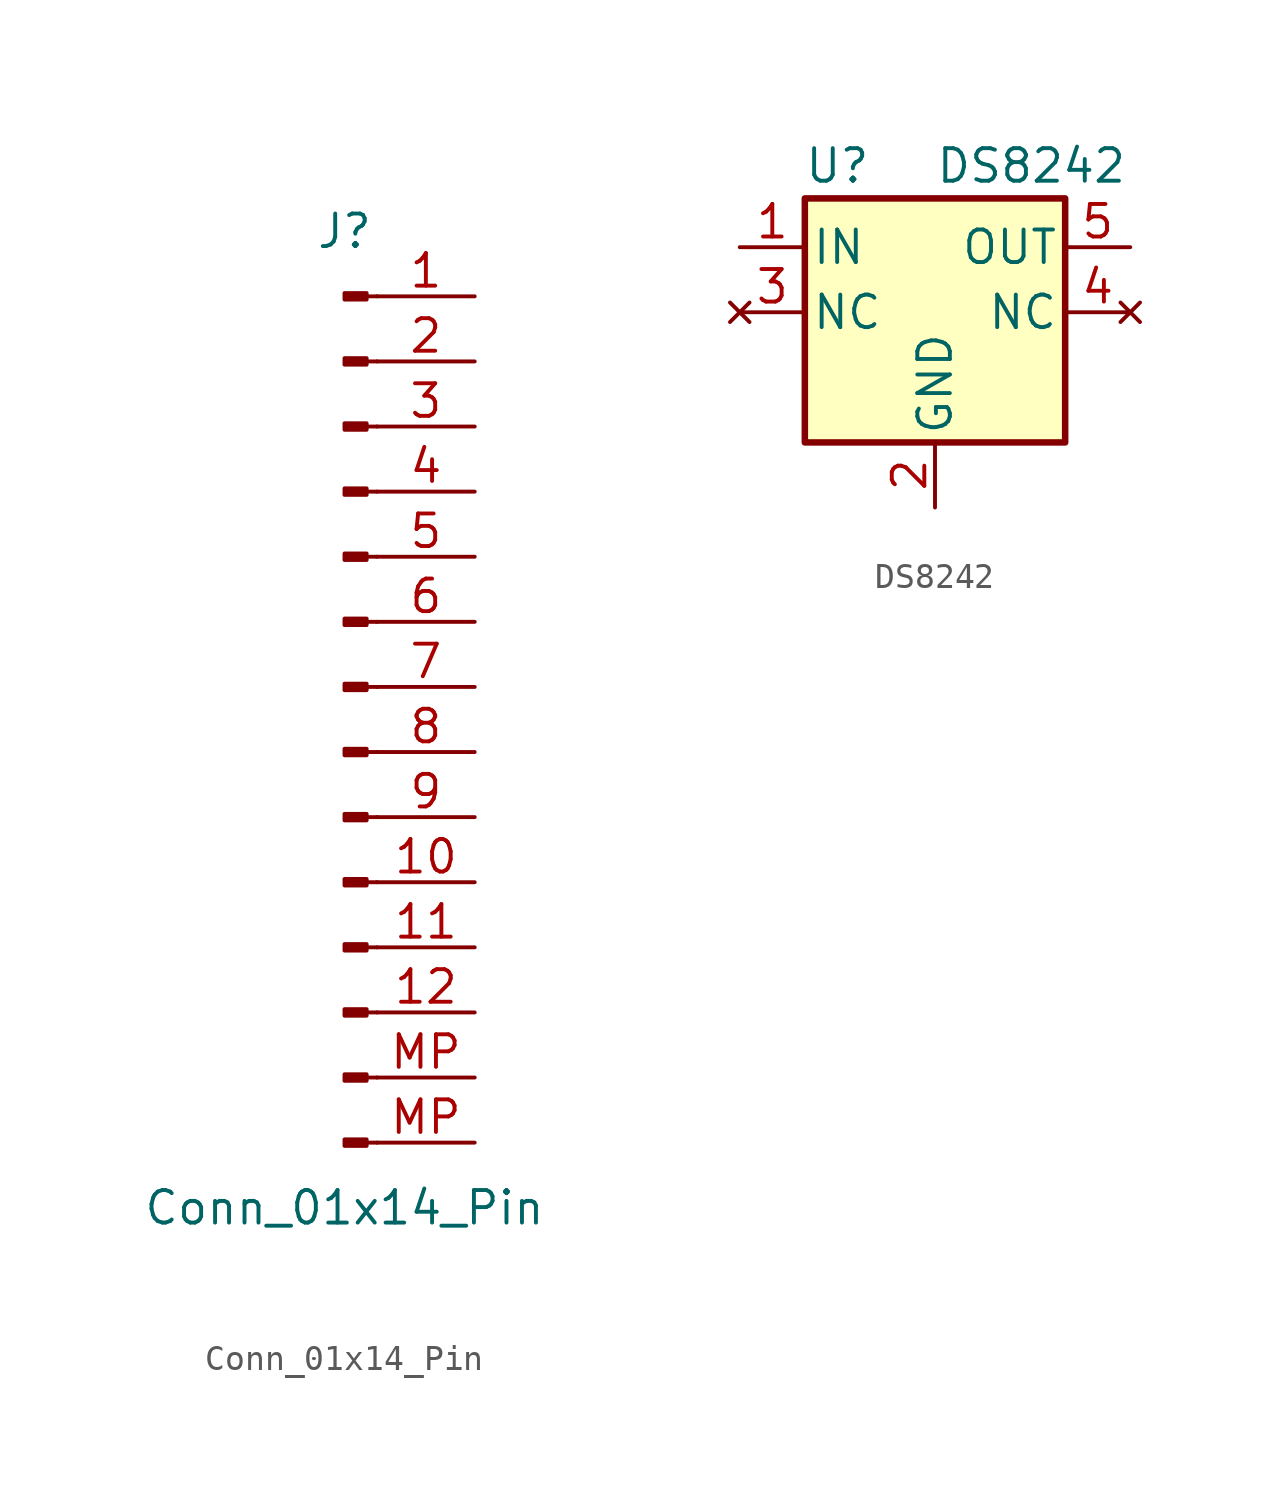
<source format=kicad_sym>
(kicad_symbol_lib
  (version 20220914)
  (generator kicad_symbol_editor)
  (symbol "Conn_01x14_Pin"
    (pin_names
      (offset 1.016) hide)
    (property "Reference" "J"
      (at 0 17.78 0)
      (effects (font (size 1.27 1.27))))
    (property "Value" "Conn_01x14_Pin"
      (at 0 -20.32 0)
      (effects (font (size 1.27 1.27))))
    (property "ki_locked" ""
      (at 0 0 0)
      (effects (font (size 1.27 1.27))))
    (symbol "Conn_01x14_Pin_1_1"
      (polyline (pts (xy 1.27 -17.78) (xy 0.864 -17.78)) (stroke (width 0.152) (type default)) (fill (type none)))
      (polyline (pts (xy 1.27 -15.24) (xy 0.864 -15.24)) (stroke (width 0.152) (type default)) (fill (type none)))
      (polyline (pts (xy 1.27 -12.7) (xy 0.864 -12.7)) (stroke (width 0.152) (type default)) (fill (type none)))
      (polyline (pts (xy 1.27 -10.16) (xy 0.864 -10.16)) (stroke (width 0.152) (type default)) (fill (type none)))
      (polyline (pts (xy 1.27 -7.62) (xy 0.864 -7.62)) (stroke (width 0.152) (type default)) (fill (type none)))
      (polyline (pts (xy 1.27 -5.08) (xy 0.864 -5.08)) (stroke (width 0.152) (type default)) (fill (type none)))
      (polyline (pts (xy 1.27 -2.54) (xy 0.864 -2.54)) (stroke (width 0.152) (type default)) (fill (type none)))
      (polyline (pts (xy 1.27 0) (xy 0.864 0)) (stroke (width 0.152) (type default)) (fill (type none)))
      (polyline (pts (xy 1.27 2.54) (xy 0.864 2.54)) (stroke (width 0.152) (type default)) (fill (type none)))
      (polyline (pts (xy 1.27 5.08) (xy 0.864 5.08)) (stroke (width 0.152) (type default)) (fill (type none)))
      (polyline (pts (xy 1.27 7.62) (xy 0.864 7.62)) (stroke (width 0.152) (type default)) (fill (type none)))
      (polyline (pts (xy 1.27 10.16) (xy 0.864 10.16)) (stroke (width 0.152) (type default)) (fill (type none)))
      (polyline (pts (xy 1.27 12.7) (xy 0.864 12.7)) (stroke (width 0.152) (type default)) (fill (type none)))
      (polyline (pts (xy 1.27 15.24) (xy 0.864 15.24)) (stroke (width 0.152) (type default)) (fill (type none)))
      (rectangle (start 0.864 -17.653) (end 0 -17.907) (stroke (width 0.152) (type default)) (fill (type outline)))
      (rectangle (start 0.864 -15.113) (end 0 -15.367) (stroke (width 0.152) (type default)) (fill (type outline)))
      (rectangle (start 0.864 -12.573) (end 0 -12.827) (stroke (width 0.152) (type default)) (fill (type outline)))
      (rectangle (start 0.864 -10.033) (end 0 -10.287) (stroke (width 0.152) (type default)) (fill (type outline)))
      (rectangle (start 0.864 -7.493) (end 0 -7.747) (stroke (width 0.152) (type default)) (fill (type outline)))
      (rectangle (start 0.864 -4.953) (end 0 -5.207) (stroke (width 0.152) (type default)) (fill (type outline)))
      (rectangle (start 0.864 -2.413) (end 0 -2.667) (stroke (width 0.152) (type default)) (fill (type outline)))
      (rectangle (start 0.864 0.127) (end 0 -0.127) (stroke (width 0.152) (type default)) (fill (type outline)))
      (rectangle (start 0.864 2.667) (end 0 2.413) (stroke (width 0.152) (type default)) (fill (type outline)))
      (rectangle (start 0.864 5.207) (end 0 4.953) (stroke (width 0.152) (type default)) (fill (type outline)))
      (rectangle (start 0.864 7.747) (end 0 7.493) (stroke (width 0.152) (type default)) (fill (type outline)))
      (rectangle (start 0.864 10.287) (end 0 10.033) (stroke (width 0.152) (type default)) (fill (type outline)))
      (rectangle (start 0.864 12.827) (end 0 12.573) (stroke (width 0.152) (type default)) (fill (type outline)))
      (rectangle (start 0.864 15.367) (end 0 15.113) (stroke (width 0.152) (type default)) (fill (type outline)))
      (pin passive line (at 5.08 15.24 180) (length 3.81) (name "Pin_1" (effects (font (size 1.27 1.27)))) (number "1" (effects (font (size 1.27 1.27)))))
      (pin passive line (at 5.08 -7.62 180) (length 3.81) (name "Pin_10" (effects (font (size 1.27 1.27)))) (number "10" (effects (font (size 1.27 1.27)))))
      (pin passive line (at 5.08 -10.16 180) (length 3.81) (name "Pin_11" (effects (font (size 1.27 1.27)))) (number "11" (effects (font (size 1.27 1.27)))))
      (pin passive line (at 5.08 -12.7 180) (length 3.81) (name "Pin_12" (effects (font (size 1.27 1.27)))) (number "12" (effects (font (size 1.27 1.27)))))
      (pin passive line (at 5.08 12.7 180) (length 3.81) (name "Pin_2" (effects (font (size 1.27 1.27)))) (number "2" (effects (font (size 1.27 1.27)))))
      (pin passive line (at 5.08 10.16 180) (length 3.81) (name "Pin_3" (effects (font (size 1.27 1.27)))) (number "3" (effects (font (size 1.27 1.27)))))
      (pin passive line (at 5.08 7.62 180) (length 3.81) (name "Pin_4" (effects (font (size 1.27 1.27)))) (number "4" (effects (font (size 1.27 1.27)))))
      (pin passive line (at 5.08 5.08 180) (length 3.81) (name "Pin_5" (effects (font (size 1.27 1.27)))) (number "5" (effects (font (size 1.27 1.27)))))
      (pin passive line (at 5.08 2.54 180) (length 3.81) (name "Pin_6" (effects (font (size 1.27 1.27)))) (number "6" (effects (font (size 1.27 1.27)))))
      (pin passive line (at 5.08 0 180) (length 3.81) (name "Pin_7" (effects (font (size 1.27 1.27)))) (number "7" (effects (font (size 1.27 1.27)))))
      (pin passive line (at 5.08 -2.54 180) (length 3.81) (name "Pin_8" (effects (font (size 1.27 1.27)))) (number "8" (effects (font (size 1.27 1.27)))))
      (pin passive line (at 5.08 -5.08 180) (length 3.81) (name "Pin_9" (effects (font (size 1.27 1.27)))) (number "9" (effects (font (size 1.27 1.27)))))
      (pin passive line (at 5.08 -15.24 180) (length 3.81) (name "Pin_13" (effects (font (size 1.27 1.27)))) (number "MP" (effects (font (size 1.27 1.27)))))
      (pin passive line (at 5.08 -17.78 180) (length 3.81) (name "Pin_14" (effects (font (size 1.27 1.27)))) (number "MP" (effects (font (size 1.27 1.27)))))))
  (symbol "DS8242"
    (pin_names
      (offset 0.254))
    (property "Reference" "U"
      (at -3.81 5.715 0)
      (effects (font (size 1.27 1.27))))
    (property "Value" "DS8242"
      (at 0 5.715 0)
      (effects (font (size 1.27 1.27)) (justify left)))
    (symbol "DS8242_0_1"
      (rectangle (start -5.08 4.445) (end 5.08 -5.08) (stroke (width 0.254) (type default)) (fill (type background))))
    (symbol "DS8242_1_1"
      (pin power_in line (at -7.62 2.54 0) (length 2.54) (name "IN" (effects (font (size 1.27 1.27)))) (number "1" (effects (font (size 1.27 1.27)))))
      (pin power_in line (at 0 -7.62 90) (length 2.54) (name "GND" (effects (font (size 1.27 1.27)))) (number "2" (effects (font (size 1.27 1.27)))))
      (pin no_connect line (at -7.62 0 0) (length 2.54) (name "NC" (effects (font (size 1.27 1.27)))) (number "3" (effects (font (size 1.27 1.27)))))
      (pin no_connect line (at 7.62 0 180) (length 2.54) (name "NC" (effects (font (size 1.27 1.27)))) (number "4" (effects (font (size 1.27 1.27)))))
      (pin power_out line (at 7.62 2.54 180) (length 2.54) (name "OUT" (effects (font (size 1.27 1.27)))) (number "5" (effects (font (size 1.27 1.27))))))))
</source>
